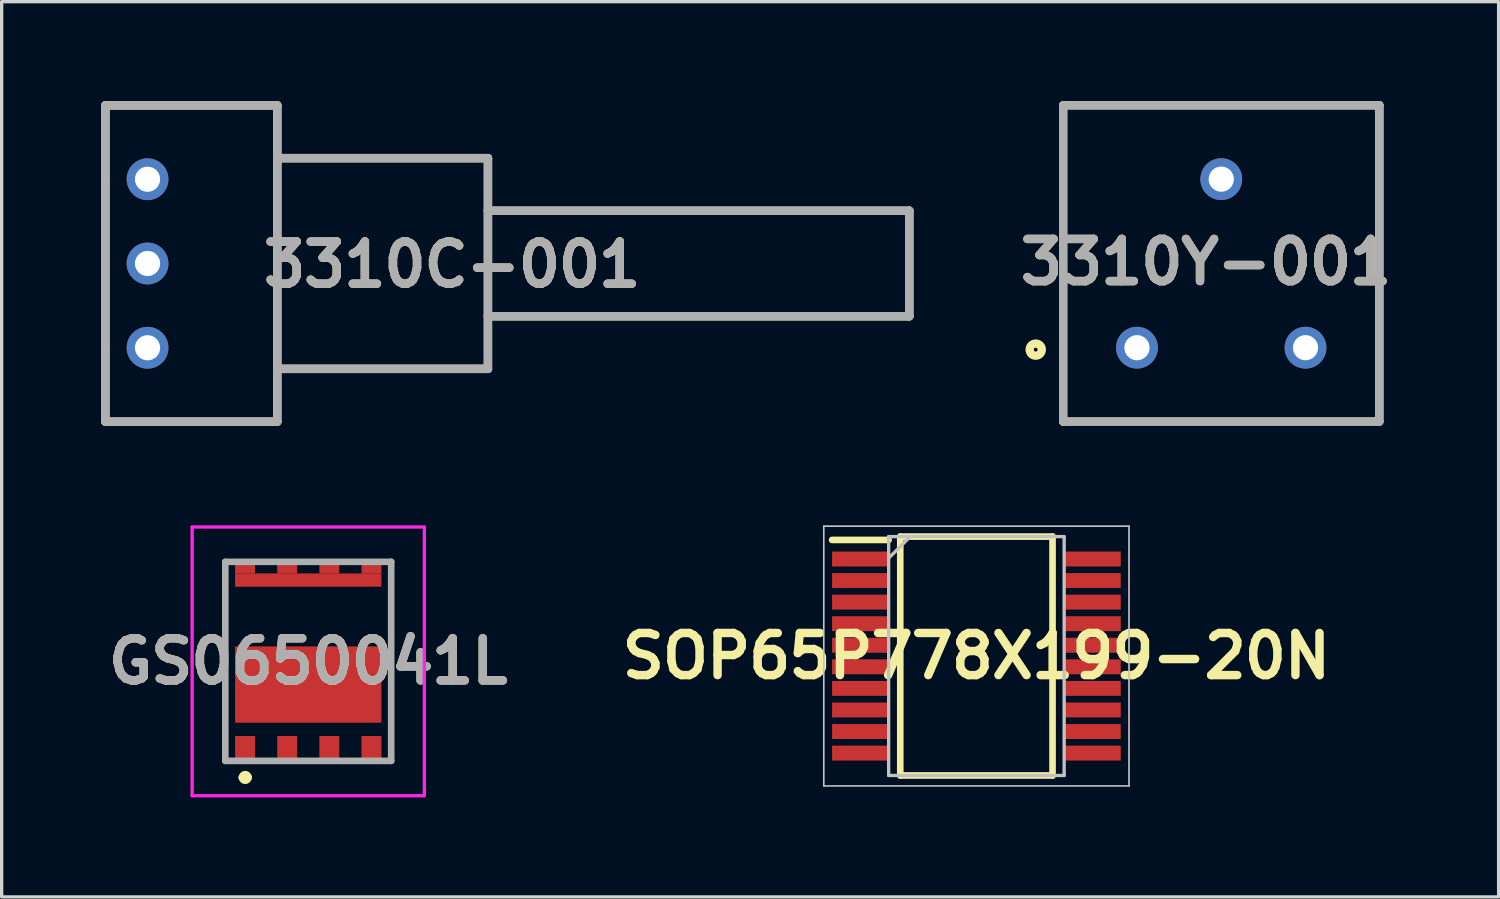
<source format=kicad_pcb>
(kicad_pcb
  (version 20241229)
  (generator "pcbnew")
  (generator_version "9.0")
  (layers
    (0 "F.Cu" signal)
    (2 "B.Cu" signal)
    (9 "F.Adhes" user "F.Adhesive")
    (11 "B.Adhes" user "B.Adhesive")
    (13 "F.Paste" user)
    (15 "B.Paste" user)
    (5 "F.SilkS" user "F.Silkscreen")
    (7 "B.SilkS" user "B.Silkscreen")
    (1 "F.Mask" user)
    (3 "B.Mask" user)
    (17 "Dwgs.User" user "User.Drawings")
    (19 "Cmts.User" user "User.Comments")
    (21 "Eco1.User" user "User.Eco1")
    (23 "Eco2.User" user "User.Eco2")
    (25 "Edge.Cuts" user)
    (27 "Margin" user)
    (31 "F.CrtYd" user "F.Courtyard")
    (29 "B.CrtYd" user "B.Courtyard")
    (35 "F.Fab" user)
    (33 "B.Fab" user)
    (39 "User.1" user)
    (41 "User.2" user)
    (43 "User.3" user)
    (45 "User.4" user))
  (footprint "SOP65P778X199-20N"
    (layer "F.Cu")
    (at 26.38 16.724)
    (property "Reference" "SOP65P778X199-20N" (at 0 0 0) (layer "F.SilkS") (effects (font (size 1.27 1.27) (thickness 0.254))))
    (attr smd)
    (fp_line (start -4.35 -3.5) (end -2.645 -3.5) (stroke (width 0.2) (type solid)) (layer "F.SilkS"))
    (fp_line (start -2.295 -3.6) (end 2.295 -3.6) (stroke (width 0.2) (type solid)) (layer "F.SilkS"))
    (fp_line (start -2.295 3.6) (end -2.295 -3.6) (stroke (width 0.2) (type solid)) (layer "F.SilkS"))
    (fp_line (start 2.295 -3.6) (end 2.295 3.6) (stroke (width 0.2) (type solid)) (layer "F.SilkS"))
    (fp_line (start 2.295 3.6) (end -2.295 3.6) (stroke (width 0.2) (type solid)) (layer "F.SilkS"))
    (fp_line (start -4.6 -3.915) (end 4.6 -3.915) (stroke (width 0.05) (type solid)) (layer "Dwgs.User"))
    (fp_line (start -4.6 3.915) (end -4.6 -3.915) (stroke (width 0.05) (type solid)) (layer "Dwgs.User"))
    (fp_line (start -2.645 -3.6) (end 2.645 -3.6) (stroke (width 0.1) (type solid)) (layer "Dwgs.User"))
    (fp_line (start -2.645 -2.95) (end -1.995 -3.6) (stroke (width 0.1) (type solid)) (layer "Dwgs.User"))
    (fp_line (start -2.645 3.6) (end -2.645 -3.6) (stroke (width 0.1) (type solid)) (layer "Dwgs.User"))
    (fp_line (start 2.645 -3.6) (end 2.645 3.6) (stroke (width 0.1) (type solid)) (layer "Dwgs.User"))
    (fp_line (start 2.645 3.6) (end -2.645 3.6) (stroke (width 0.1) (type solid)) (layer "Dwgs.User"))
    (fp_line (start 4.6 -3.915) (end 4.6 3.915) (stroke (width 0.05) (type solid)) (layer "Dwgs.User"))
    (fp_line (start 4.6 3.915) (end -4.6 3.915) (stroke (width 0.05) (type solid)) (layer "Dwgs.User"))
    (pad "1" smd rect (at -3.498 -2.925 90) (size 0.45 1.705) (layers "F.Cu" "F.Mask" "F.Paste"))
    (pad "2" smd rect (at -3.498 -2.275 90) (size 0.45 1.705) (layers "F.Cu" "F.Mask" "F.Paste"))
    (pad "3" smd rect (at -3.498 -1.625 90) (size 0.45 1.705) (layers "F.Cu" "F.Mask" "F.Paste"))
    (pad "4" smd rect (at -3.498 -0.975 90) (size 0.45 1.705) (layers "F.Cu" "F.Mask" "F.Paste"))
    (pad "5" smd rect (at -3.498 -0.325 90) (size 0.45 1.705) (layers "F.Cu" "F.Mask" "F.Paste"))
    (pad "6" smd rect (at -3.498 0.325 90) (size 0.45 1.705) (layers "F.Cu" "F.Mask" "F.Paste"))
    (pad "7" smd rect (at -3.498 0.975 90) (size 0.45 1.705) (layers "F.Cu" "F.Mask" "F.Paste"))
    (pad "8" smd rect (at -3.498 1.625 90) (size 0.45 1.705) (layers "F.Cu" "F.Mask" "F.Paste"))
    (pad "9" smd rect (at -3.498 2.275 90) (size 0.45 1.705) (layers "F.Cu" "F.Mask" "F.Paste"))
    (pad "10" smd rect (at -3.498 2.925 90) (size 0.45 1.705) (layers "F.Cu" "F.Mask" "F.Paste"))
    (pad "11" smd rect (at 3.498 2.925 90) (size 0.45 1.705) (layers "F.Cu" "F.Mask" "F.Paste"))
    (pad "12" smd rect (at 3.498 2.275 90) (size 0.45 1.705) (layers "F.Cu" "F.Mask" "F.Paste"))
    (pad "13" smd rect (at 3.498 1.625 90) (size 0.45 1.705) (layers "F.Cu" "F.Mask" "F.Paste"))
    (pad "14" smd rect (at 3.498 0.975 90) (size 0.45 1.705) (layers "F.Cu" "F.Mask" "F.Paste"))
    (pad "15" smd rect (at 3.498 0.325 90) (size 0.45 1.705) (layers "F.Cu" "F.Mask" "F.Paste"))
    (pad "16" smd rect (at 3.498 -0.325 90) (size 0.45 1.705) (layers "F.Cu" "F.Mask" "F.Paste"))
    (pad "17" smd rect (at 3.498 -0.975 90) (size 0.45 1.705) (layers "F.Cu" "F.Mask" "F.Paste"))
    (pad "18" smd rect (at 3.498 -1.625 90) (size 0.45 1.705) (layers "F.Cu" "F.Mask" "F.Paste"))
    (pad "19" smd rect (at 3.498 -2.275 90) (size 0.45 1.705) (layers "F.Cu" "F.Mask" "F.Paste"))
    (pad "20" smd rect (at 3.498 -2.925 90) (size 0.45 1.705) (layers "F.Cu" "F.Mask" "F.Paste")))
  (footprint "3310C-001"
    (layer "F.Cu")
    (at 11.657 4.892)
    (property "Reference" "3310C-001" (at -1.079 0.034 0) (layer "F.SilkS") (effects (font (size 1.27 1.27) (thickness 0.254))))
    (attr through_hole)
    (fp_line (start -11.53 -4.765) (end -6.35 -4.765) (stroke (width 0.254) (type solid)) (layer "F.SilkS"))
    (fp_line (start -11.53 4.765) (end -11.53 -4.765) (stroke (width 0.254) (type solid)) (layer "F.SilkS"))
    (fp_line (start -6.35 -4.765) (end -6.35 4.765) (stroke (width 0.254) (type solid)) (layer "F.SilkS"))
    (fp_line (start -6.35 3.175) (end 0 3.175) (stroke (width 0.254) (type solid)) (layer "F.SilkS"))
    (fp_line (start -6.35 4.765) (end -11.53 4.765) (stroke (width 0.254) (type solid)) (layer "F.SilkS"))
    (fp_line (start 0 -3.175) (end -6.35 -3.175) (stroke (width 0.254) (type solid)) (layer "F.SilkS"))
    (fp_line (start 0 -1.59) (end 12.7 -1.59) (stroke (width 0.254) (type solid)) (layer "F.SilkS"))
    (fp_line (start 0 3.175) (end 0 -3.175) (stroke (width 0.254) (type solid)) (layer "F.SilkS"))
    (fp_line (start 12.7 -1.59) (end 12.7 1.59) (stroke (width 0.254) (type solid)) (layer "F.SilkS"))
    (fp_line (start 12.7 1.59) (end 0 1.59) (stroke (width 0.254) (type solid)) (layer "F.SilkS"))
    (fp_line (start -11.53 -4.765) (end -6.35 -4.765) (stroke (width 0.254) (type solid)) (layer "F.Fab"))
    (fp_line (start -11.53 4.765) (end -11.53 -4.765) (stroke (width 0.254) (type solid)) (layer "F.Fab"))
    (fp_line (start -6.35 -4.765) (end -6.35 4.765) (stroke (width 0.254) (type solid)) (layer "F.Fab"))
    (fp_line (start -6.35 -3.175) (end 0 -3.175) (stroke (width 0.254) (type solid)) (layer "F.Fab"))
    (fp_line (start -6.35 4.765) (end -11.53 4.765) (stroke (width 0.254) (type solid)) (layer "F.Fab"))
    (fp_line (start 0 -3.175) (end 0 3.175) (stroke (width 0.254) (type solid)) (layer "F.Fab"))
    (fp_line (start 0 -1.59) (end 12.7 -1.59) (stroke (width 0.254) (type solid)) (layer "F.Fab"))
    (fp_line (start 0 3.175) (end -6.35 3.175) (stroke (width 0.254) (type solid)) (layer "F.Fab"))
    (fp_line (start 12.7 -1.59) (end 12.7 1.59) (stroke (width 0.254) (type solid)) (layer "F.Fab"))
    (fp_line (start 12.7 1.59) (end 0 1.59) (stroke (width 0.254) (type solid)) (layer "F.Fab"))
    (fp_text user "${REFERENCE}" (at -1.079 0.034 0) (layer "F.Fab") (effects (font (size 1.27 1.27) (thickness 0.254))))
    (pad "1" thru_hole circle (at -10.26 2.54) (size 1.26 1.26) (drill 0.76) (layers "*.Cu" "*.Mask"))
    (pad "2" thru_hole circle (at -10.26 0) (size 1.26 1.26) (drill 0.76) (layers "*.Cu" "*.Mask"))
    (pad "3" thru_hole circle (at -10.26 -2.54) (size 1.26 1.26) (drill 0.76) (layers "*.Cu" "*.Mask")))
  (footprint "3310Y-001"
    (layer "F.Cu")
    (at 33.76 4.89)
    (property "Reference" "3310Y-001" (at -0.458 -0.042 0) (layer "F.SilkS") (effects (font (size 1.27 1.27) (thickness 0.254))))
    (attr through_hole)
    (fp_line (start -4.765 -4.765) (end 4.765 -4.765) (stroke (width 0.25) (type solid)) (layer "F.SilkS"))
    (fp_line (start -4.765 4.765) (end -4.765 -4.765) (stroke (width 0.25) (type solid)) (layer "F.SilkS"))
    (fp_line (start 4.765 -4.765) (end 4.765 4.765) (stroke (width 0.25) (type solid)) (layer "F.SilkS"))
    (fp_line (start 4.765 4.765) (end -4.765 4.765) (stroke (width 0.25) (type solid)) (layer "F.SilkS"))
    (fp_circle (center -5.592 2.598) (end -5.592 2.656) (stroke (width 0.25) (type solid)) (fill no) (layer "F.SilkS"))
    (fp_line (start -4.765 -4.765) (end 4.765 -4.765) (stroke (width 0.25) (type solid)) (layer "F.Fab"))
    (fp_line (start -4.765 4.765) (end -4.765 -4.765) (stroke (width 0.25) (type solid)) (layer "F.Fab"))
    (fp_line (start 4.765 -4.765) (end 4.765 4.765) (stroke (width 0.25) (type solid)) (layer "F.Fab"))
    (fp_line (start 4.765 4.765) (end -4.765 4.765) (stroke (width 0.25) (type solid)) (layer "F.Fab"))
    (fp_text user "${REFERENCE}" (at -0.458 -0.042 0) (layer "F.Fab") (effects (font (size 1.27 1.27) (thickness 0.254))))
    (pad "1" thru_hole circle (at -2.54 2.54) (size 1.26 1.26) (drill 0.76) (layers "*.Cu" "*.Mask"))
    (pad "2" thru_hole circle (at 0 -2.54) (size 1.26 1.26) (drill 0.76) (layers "*.Cu" "*.Mask"))
    (pad "3" thru_hole circle (at 2.54 2.54) (size 1.26 1.26) (drill 0.76) (layers "*.Cu" "*.Mask")))
  (footprint "GS0650041L"
    (layer "F.Cu")
    (at 6.241 16.884)
    (property "Reference" "GS0650041L" (at 0 0 0) (layer "F.SilkS") (effects (font (size 1.27 1.27) (thickness 0.254))))
    (attr smd)
    (fp_line (start -2.5 -3) (end -2.5 3) (stroke (width 0.1) (type solid)) (layer "F.SilkS"))
    (fp_line (start -2 3.5) (end -2 3.5) (stroke (width 0.2) (type solid)) (layer "F.SilkS"))
    (fp_line (start -1.8 3.5) (end -1.8 3.5) (stroke (width 0.2) (type solid)) (layer "F.SilkS"))
    (fp_line (start 2.5 -3) (end 2.5 3) (stroke (width 0.1) (type solid)) (layer "F.SilkS"))
    (fp_arc (start -2 3.5) (mid -1.9 3.4) (end -1.8 3.5) (stroke (width 0.2) (type solid)) (layer "F.SilkS"))
    (fp_arc (start -1.8 3.5) (mid -1.9 3.6) (end -2 3.5) (stroke (width 0.2) (type solid)) (layer "F.SilkS"))
    (fp_line (start -3.5 -4.05) (end 3.5 -4.05) (stroke (width 0.1) (type solid)) (layer "F.CrtYd"))
    (fp_line (start -3.5 4.05) (end -3.5 -4.05) (stroke (width 0.1) (type solid)) (layer "F.CrtYd"))
    (fp_line (start 3.5 -4.05) (end 3.5 4.05) (stroke (width 0.1) (type solid)) (layer "F.CrtYd"))
    (fp_line (start 3.5 4.05) (end -3.5 4.05) (stroke (width 0.1) (type solid)) (layer "F.CrtYd"))
    (fp_line (start -2.5 -3) (end 2.5 -3) (stroke (width 0.2) (type solid)) (layer "F.Fab"))
    (fp_line (start -2.5 3) (end -2.5 -3) (stroke (width 0.2) (type solid)) (layer "F.Fab"))
    (fp_line (start 2.5 -3) (end 2.5 3) (stroke (width 0.2) (type solid)) (layer "F.Fab"))
    (fp_line (start 2.5 3) (end -2.5 3) (stroke (width 0.2) (type solid)) (layer "F.Fab"))
    (fp_text user "${REFERENCE}" (at 0 0 0) (layer "F.Fab") (effects (font (size 1.27 1.27) (thickness 0.254))))
    (pad "1" smd rect (at -1.905 2.65) (size 0.6 0.8) (layers "F.Cu" "F.Mask" "F.Paste"))
    (pad "2" smd rect (at -0.635 2.65) (size 0.6 0.8) (layers "F.Cu" "F.Mask" "F.Paste"))
    (pad "3" smd rect (at 0.635 2.65) (size 0.6 0.8) (layers "F.Cu" "F.Mask" "F.Paste"))
    (pad "4" smd rect (at 1.905 2.65) (size 0.6 0.8) (layers "F.Cu" "F.Mask" "F.Paste"))
    (pad "6" smd rect (at 0 0.7 90) (size 2.3 4.41) (layers "F.Cu" "F.Mask" "F.Paste"))
    (pad "A5" smd rect (at -1.905 -2.85 90) (size 0.4 0.6) (layers "F.Cu" "F.Mask" "F.Paste"))
    (pad "B5" smd rect (at -0.635 -2.85 90) (size 0.4 0.6) (layers "F.Cu" "F.Mask" "F.Paste"))
    (pad "C5" smd rect (at 0.635 -2.85 90) (size 0.4 0.6) (layers "F.Cu" "F.Mask" "F.Paste"))
    (pad "D5" smd rect (at 1.905 -2.85 90) (size 0.4 0.6) (layers "F.Cu" "F.Mask" "F.Paste"))
    (pad "E5" smd rect (at 0 -2.45 90) (size 0.4 4.41) (layers "F.Cu" "F.Mask" "F.Paste")))
  (gr_rect
    (start -3 -3)
    (end 42.12 23.984)
    (stroke (width 0.1) (type default))
    (fill no)
    (layer "Edge.Cuts")))
</source>
